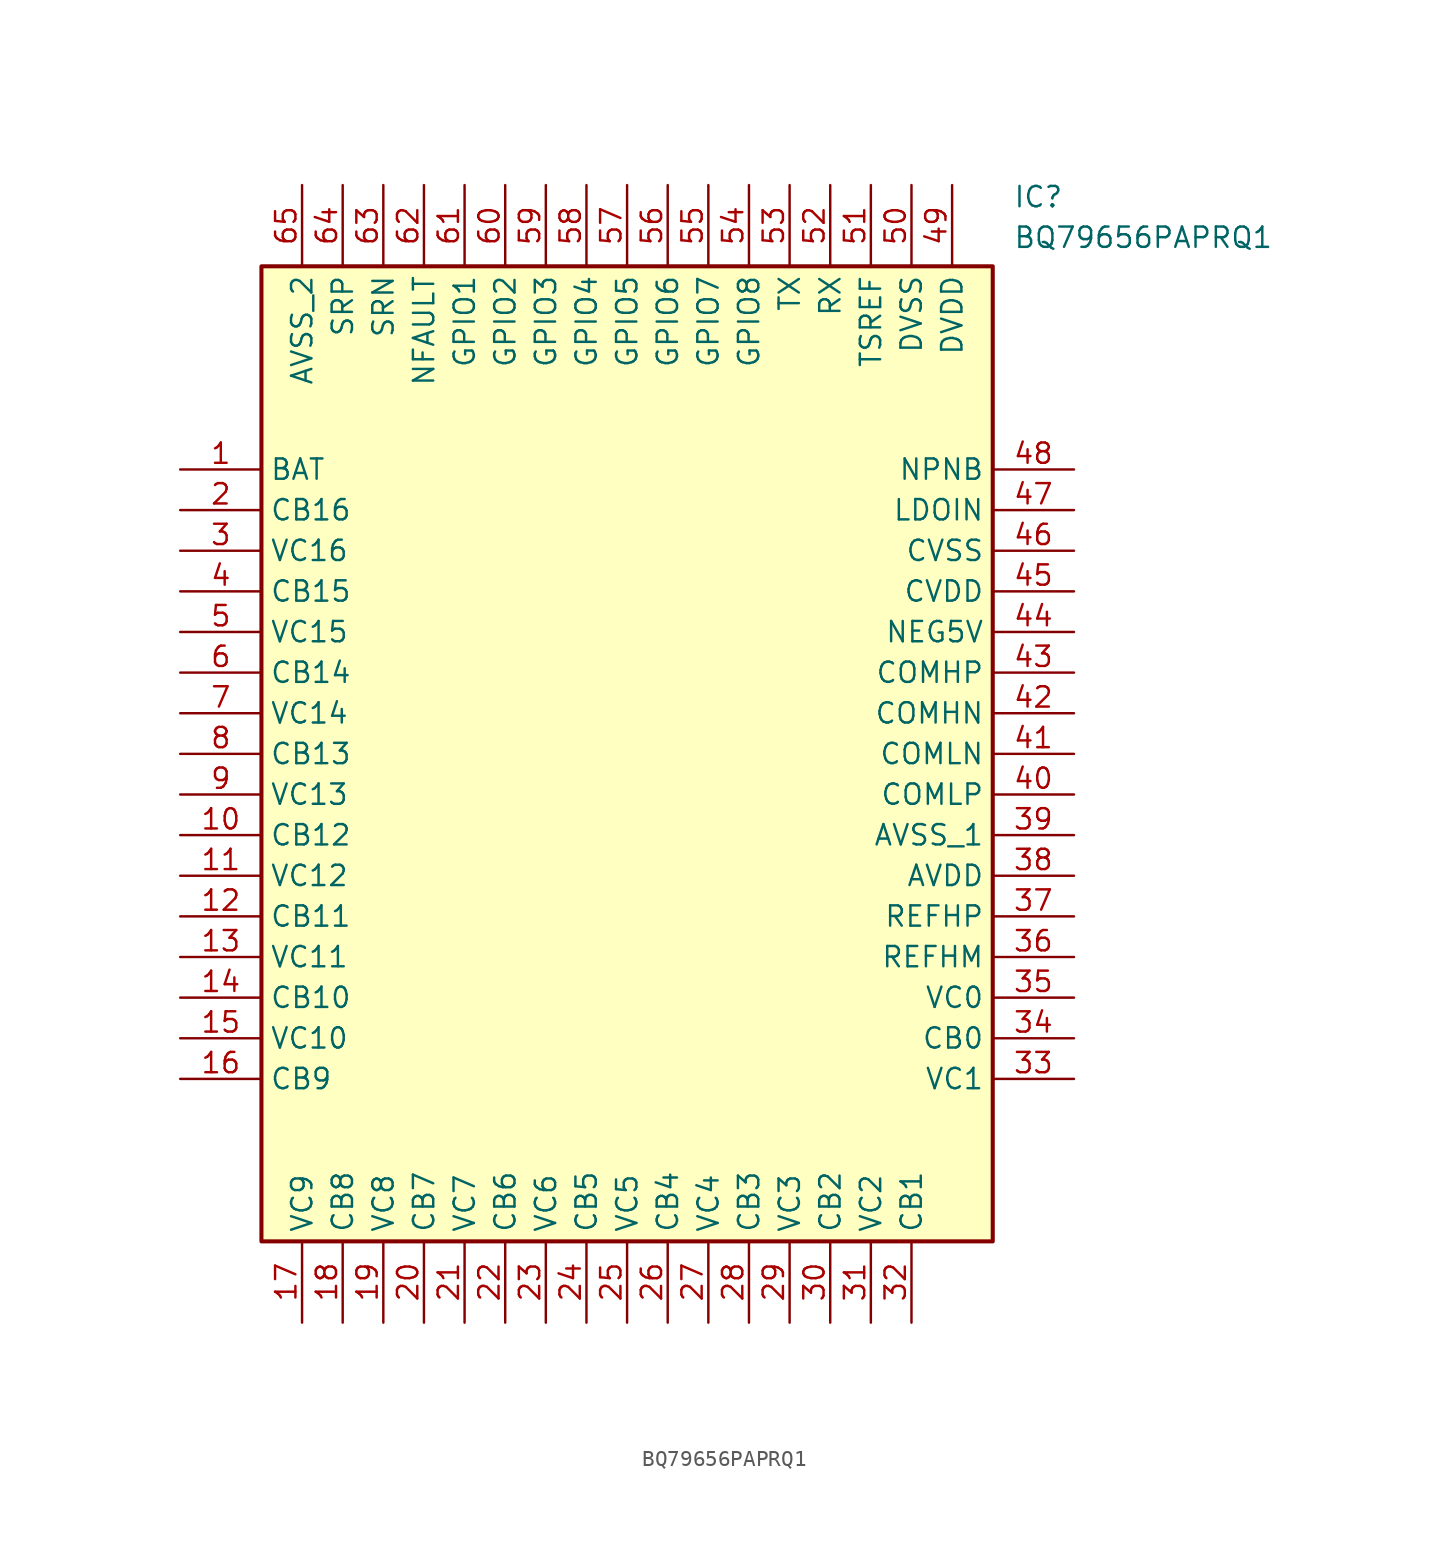
<source format=kicad_sym>
(kicad_symbol_lib
  (version 20211014)
  (generator SamacSys_ECAD_Model)
  (symbol "BQ79656PAPRQ1"
    (property "Reference" "IC"
      (at 52.07 17.78 0)
      (effects (font (size 1.27 1.27)) (justify left top)))
    (property "Value" "BQ79656PAPRQ1"
      (at 52.07 15.24 0)
      (effects (font (size 1.27 1.27)) (justify left top)))
    (rectangle
      (start 5.08 12.7)
      (end 50.8 -48.26)
      (stroke (width 0.254) (type default))
      (fill (type background)))
    (pin power_in line
      (at 0 0 0)
      (length 5.08)
      (name "BAT" (effects (font (size 1.27 1.27))))
      (number "1" (effects (font (size 1.27 1.27)))))
    (pin bidirectional line
      (at 0 -2.54 0)
      (length 5.08)
      (name "CB16" (effects (font (size 1.27 1.27))))
      (number "2" (effects (font (size 1.27 1.27)))))
    (pin input line
      (at 0 -5.08 0)
      (length 5.08)
      (name "VC16" (effects (font (size 1.27 1.27))))
      (number "3" (effects (font (size 1.27 1.27)))))
    (pin bidirectional line
      (at 0 -7.62 0)
      (length 5.08)
      (name "CB15" (effects (font (size 1.27 1.27))))
      (number "4" (effects (font (size 1.27 1.27)))))
    (pin input line
      (at 0 -10.16 0)
      (length 5.08)
      (name "VC15" (effects (font (size 1.27 1.27))))
      (number "5" (effects (font (size 1.27 1.27)))))
    (pin bidirectional line
      (at 0 -12.7 0)
      (length 5.08)
      (name "CB14" (effects (font (size 1.27 1.27))))
      (number "6" (effects (font (size 1.27 1.27)))))
    (pin input line
      (at 0 -15.24 0)
      (length 5.08)
      (name "VC14" (effects (font (size 1.27 1.27))))
      (number "7" (effects (font (size 1.27 1.27)))))
    (pin bidirectional line
      (at 0 -17.78 0)
      (length 5.08)
      (name "CB13" (effects (font (size 1.27 1.27))))
      (number "8" (effects (font (size 1.27 1.27)))))
    (pin input line
      (at 0 -20.32 0)
      (length 5.08)
      (name "VC13" (effects (font (size 1.27 1.27))))
      (number "9" (effects (font (size 1.27 1.27)))))
    (pin bidirectional line
      (at 0 -22.86 0)
      (length 5.08)
      (name "CB12" (effects (font (size 1.27 1.27))))
      (number "10" (effects (font (size 1.27 1.27)))))
    (pin input line
      (at 0 -25.4 0)
      (length 5.08)
      (name "VC12" (effects (font (size 1.27 1.27))))
      (number "11" (effects (font (size 1.27 1.27)))))
    (pin bidirectional line
      (at 0 -27.94 0)
      (length 5.08)
      (name "CB11" (effects (font (size 1.27 1.27))))
      (number "12" (effects (font (size 1.27 1.27)))))
    (pin input line
      (at 0 -30.48 0)
      (length 5.08)
      (name "VC11" (effects (font (size 1.27 1.27))))
      (number "13" (effects (font (size 1.27 1.27)))))
    (pin bidirectional line
      (at 0 -33.02 0)
      (length 5.08)
      (name "CB10" (effects (font (size 1.27 1.27))))
      (number "14" (effects (font (size 1.27 1.27)))))
    (pin input line
      (at 0 -35.56 0)
      (length 5.08)
      (name "VC10" (effects (font (size 1.27 1.27))))
      (number "15" (effects (font (size 1.27 1.27)))))
    (pin bidirectional line
      (at 0 -38.1 0)
      (length 5.08)
      (name "CB9" (effects (font (size 1.27 1.27))))
      (number "16" (effects (font (size 1.27 1.27)))))
    (pin input line
      (at 7.62 -53.34 90)
      (length 5.08)
      (name "VC9" (effects (font (size 1.27 1.27))))
      (number "17" (effects (font (size 1.27 1.27)))))
    (pin bidirectional line
      (at 10.16 -53.34 90)
      (length 5.08)
      (name "CB8" (effects (font (size 1.27 1.27))))
      (number "18" (effects (font (size 1.27 1.27)))))
    (pin input line
      (at 12.7 -53.34 90)
      (length 5.08)
      (name "VC8" (effects (font (size 1.27 1.27))))
      (number "19" (effects (font (size 1.27 1.27)))))
    (pin bidirectional line
      (at 15.24 -53.34 90)
      (length 5.08)
      (name "CB7" (effects (font (size 1.27 1.27))))
      (number "20" (effects (font (size 1.27 1.27)))))
    (pin input line
      (at 17.78 -53.34 90)
      (length 5.08)
      (name "VC7" (effects (font (size 1.27 1.27))))
      (number "21" (effects (font (size 1.27 1.27)))))
    (pin bidirectional line
      (at 20.32 -53.34 90)
      (length 5.08)
      (name "CB6" (effects (font (size 1.27 1.27))))
      (number "22" (effects (font (size 1.27 1.27)))))
    (pin input line
      (at 22.86 -53.34 90)
      (length 5.08)
      (name "VC6" (effects (font (size 1.27 1.27))))
      (number "23" (effects (font (size 1.27 1.27)))))
    (pin bidirectional line
      (at 25.4 -53.34 90)
      (length 5.08)
      (name "CB5" (effects (font (size 1.27 1.27))))
      (number "24" (effects (font (size 1.27 1.27)))))
    (pin input line
      (at 27.94 -53.34 90)
      (length 5.08)
      (name "VC5" (effects (font (size 1.27 1.27))))
      (number "25" (effects (font (size 1.27 1.27)))))
    (pin bidirectional line
      (at 30.48 -53.34 90)
      (length 5.08)
      (name "CB4" (effects (font (size 1.27 1.27))))
      (number "26" (effects (font (size 1.27 1.27)))))
    (pin input line
      (at 33.02 -53.34 90)
      (length 5.08)
      (name "VC4" (effects (font (size 1.27 1.27))))
      (number "27" (effects (font (size 1.27 1.27)))))
    (pin bidirectional line
      (at 35.56 -53.34 90)
      (length 5.08)
      (name "CB3" (effects (font (size 1.27 1.27))))
      (number "28" (effects (font (size 1.27 1.27)))))
    (pin input line
      (at 38.1 -53.34 90)
      (length 5.08)
      (name "VC3" (effects (font (size 1.27 1.27))))
      (number "29" (effects (font (size 1.27 1.27)))))
    (pin bidirectional line
      (at 40.64 -53.34 90)
      (length 5.08)
      (name "CB2" (effects (font (size 1.27 1.27))))
      (number "30" (effects (font (size 1.27 1.27)))))
    (pin input line
      (at 43.18 -53.34 90)
      (length 5.08)
      (name "VC2" (effects (font (size 1.27 1.27))))
      (number "31" (effects (font (size 1.27 1.27)))))
    (pin bidirectional line
      (at 45.72 -53.34 90)
      (length 5.08)
      (name "CB1" (effects (font (size 1.27 1.27))))
      (number "32" (effects (font (size 1.27 1.27)))))
    (pin power_in line
      (at 55.88 0 180)
      (length 5.08)
      (name "NPNB" (effects (font (size 1.27 1.27))))
      (number "48" (effects (font (size 1.27 1.27)))))
    (pin power_in line
      (at 55.88 -2.54 180)
      (length 5.08)
      (name "LDOIN" (effects (font (size 1.27 1.27))))
      (number "47" (effects (font (size 1.27 1.27)))))
    (pin power_in line
      (at 55.88 -5.08 180)
      (length 5.08)
      (name "CVSS" (effects (font (size 1.27 1.27))))
      (number "46" (effects (font (size 1.27 1.27)))))
    (pin power_in line
      (at 55.88 -7.62 180)
      (length 5.08)
      (name "CVDD" (effects (font (size 1.27 1.27))))
      (number "45" (effects (font (size 1.27 1.27)))))
    (pin power_in line
      (at 55.88 -10.16 180)
      (length 5.08)
      (name "NEG5V" (effects (font (size 1.27 1.27))))
      (number "44" (effects (font (size 1.27 1.27)))))
    (pin bidirectional line
      (at 55.88 -12.7 180)
      (length 5.08)
      (name "COMHP" (effects (font (size 1.27 1.27))))
      (number "43" (effects (font (size 1.27 1.27)))))
    (pin bidirectional line
      (at 55.88 -15.24 180)
      (length 5.08)
      (name "COMHN" (effects (font (size 1.27 1.27))))
      (number "42" (effects (font (size 1.27 1.27)))))
    (pin bidirectional line
      (at 55.88 -17.78 180)
      (length 5.08)
      (name "COMLN" (effects (font (size 1.27 1.27))))
      (number "41" (effects (font (size 1.27 1.27)))))
    (pin bidirectional line
      (at 55.88 -20.32 180)
      (length 5.08)
      (name "COMLP" (effects (font (size 1.27 1.27))))
      (number "40" (effects (font (size 1.27 1.27)))))
    (pin power_in line
      (at 55.88 -22.86 180)
      (length 5.08)
      (name "AVSS_1" (effects (font (size 1.27 1.27))))
      (number "39" (effects (font (size 1.27 1.27)))))
    (pin power_in line
      (at 55.88 -25.4 180)
      (length 5.08)
      (name "AVDD" (effects (font (size 1.27 1.27))))
      (number "38" (effects (font (size 1.27 1.27)))))
    (pin power_in line
      (at 55.88 -27.94 180)
      (length 5.08)
      (name "REFHP" (effects (font (size 1.27 1.27))))
      (number "37" (effects (font (size 1.27 1.27)))))
    (pin power_in line
      (at 55.88 -30.48 180)
      (length 5.08)
      (name "REFHM" (effects (font (size 1.27 1.27))))
      (number "36" (effects (font (size 1.27 1.27)))))
    (pin input line
      (at 55.88 -33.02 180)
      (length 5.08)
      (name "VC0" (effects (font (size 1.27 1.27))))
      (number "35" (effects (font (size 1.27 1.27)))))
    (pin bidirectional line
      (at 55.88 -35.56 180)
      (length 5.08)
      (name "CB0" (effects (font (size 1.27 1.27))))
      (number "34" (effects (font (size 1.27 1.27)))))
    (pin input line
      (at 55.88 -38.1 180)
      (length 5.08)
      (name "VC1" (effects (font (size 1.27 1.27))))
      (number "33" (effects (font (size 1.27 1.27)))))
    (pin power_in line
      (at 7.62 17.78 270)
      (length 5.08)
      (name "AVSS_2" (effects (font (size 1.27 1.27))))
      (number "65" (effects (font (size 1.27 1.27)))))
    (pin input line
      (at 10.16 17.78 270)
      (length 5.08)
      (name "SRP" (effects (font (size 1.27 1.27))))
      (number "64" (effects (font (size 1.27 1.27)))))
    (pin input line
      (at 12.7 17.78 270)
      (length 5.08)
      (name "SRN" (effects (font (size 1.27 1.27))))
      (number "63" (effects (font (size 1.27 1.27)))))
    (pin output line
      (at 15.24 17.78 270)
      (length 5.08)
      (name "NFAULT" (effects (font (size 1.27 1.27))))
      (number "62" (effects (font (size 1.27 1.27)))))
    (pin bidirectional line
      (at 17.78 17.78 270)
      (length 5.08)
      (name "GPIO1" (effects (font (size 1.27 1.27))))
      (number "61" (effects (font (size 1.27 1.27)))))
    (pin bidirectional line
      (at 20.32 17.78 270)
      (length 5.08)
      (name "GPIO2" (effects (font (size 1.27 1.27))))
      (number "60" (effects (font (size 1.27 1.27)))))
    (pin bidirectional line
      (at 22.86 17.78 270)
      (length 5.08)
      (name "GPIO3" (effects (font (size 1.27 1.27))))
      (number "59" (effects (font (size 1.27 1.27)))))
    (pin bidirectional line
      (at 25.4 17.78 270)
      (length 5.08)
      (name "GPIO4" (effects (font (size 1.27 1.27))))
      (number "58" (effects (font (size 1.27 1.27)))))
    (pin bidirectional line
      (at 27.94 17.78 270)
      (length 5.08)
      (name "GPIO5" (effects (font (size 1.27 1.27))))
      (number "57" (effects (font (size 1.27 1.27)))))
    (pin bidirectional line
      (at 30.48 17.78 270)
      (length 5.08)
      (name "GPIO6" (effects (font (size 1.27 1.27))))
      (number "56" (effects (font (size 1.27 1.27)))))
    (pin bidirectional line
      (at 33.02 17.78 270)
      (length 5.08)
      (name "GPIO7" (effects (font (size 1.27 1.27))))
      (number "55" (effects (font (size 1.27 1.27)))))
    (pin bidirectional line
      (at 35.56 17.78 270)
      (length 5.08)
      (name "GPIO8" (effects (font (size 1.27 1.27))))
      (number "54" (effects (font (size 1.27 1.27)))))
    (pin output line
      (at 38.1 17.78 270)
      (length 5.08)
      (name "TX" (effects (font (size 1.27 1.27))))
      (number "53" (effects (font (size 1.27 1.27)))))
    (pin input line
      (at 40.64 17.78 270)
      (length 5.08)
      (name "RX" (effects (font (size 1.27 1.27))))
      (number "52" (effects (font (size 1.27 1.27)))))
    (pin power_in line
      (at 43.18 17.78 270)
      (length 5.08)
      (name "TSREF" (effects (font (size 1.27 1.27))))
      (number "51" (effects (font (size 1.27 1.27)))))
    (pin power_in line
      (at 45.72 17.78 270)
      (length 5.08)
      (name "DVSS" (effects (font (size 1.27 1.27))))
      (number "50" (effects (font (size 1.27 1.27)))))
    (pin power_in line
      (at 48.26 17.78 270)
      (length 5.08)
      (name "DVDD" (effects (font (size 1.27 1.27))))
      (number "49" (effects (font (size 1.27 1.27)))))))
</source>
